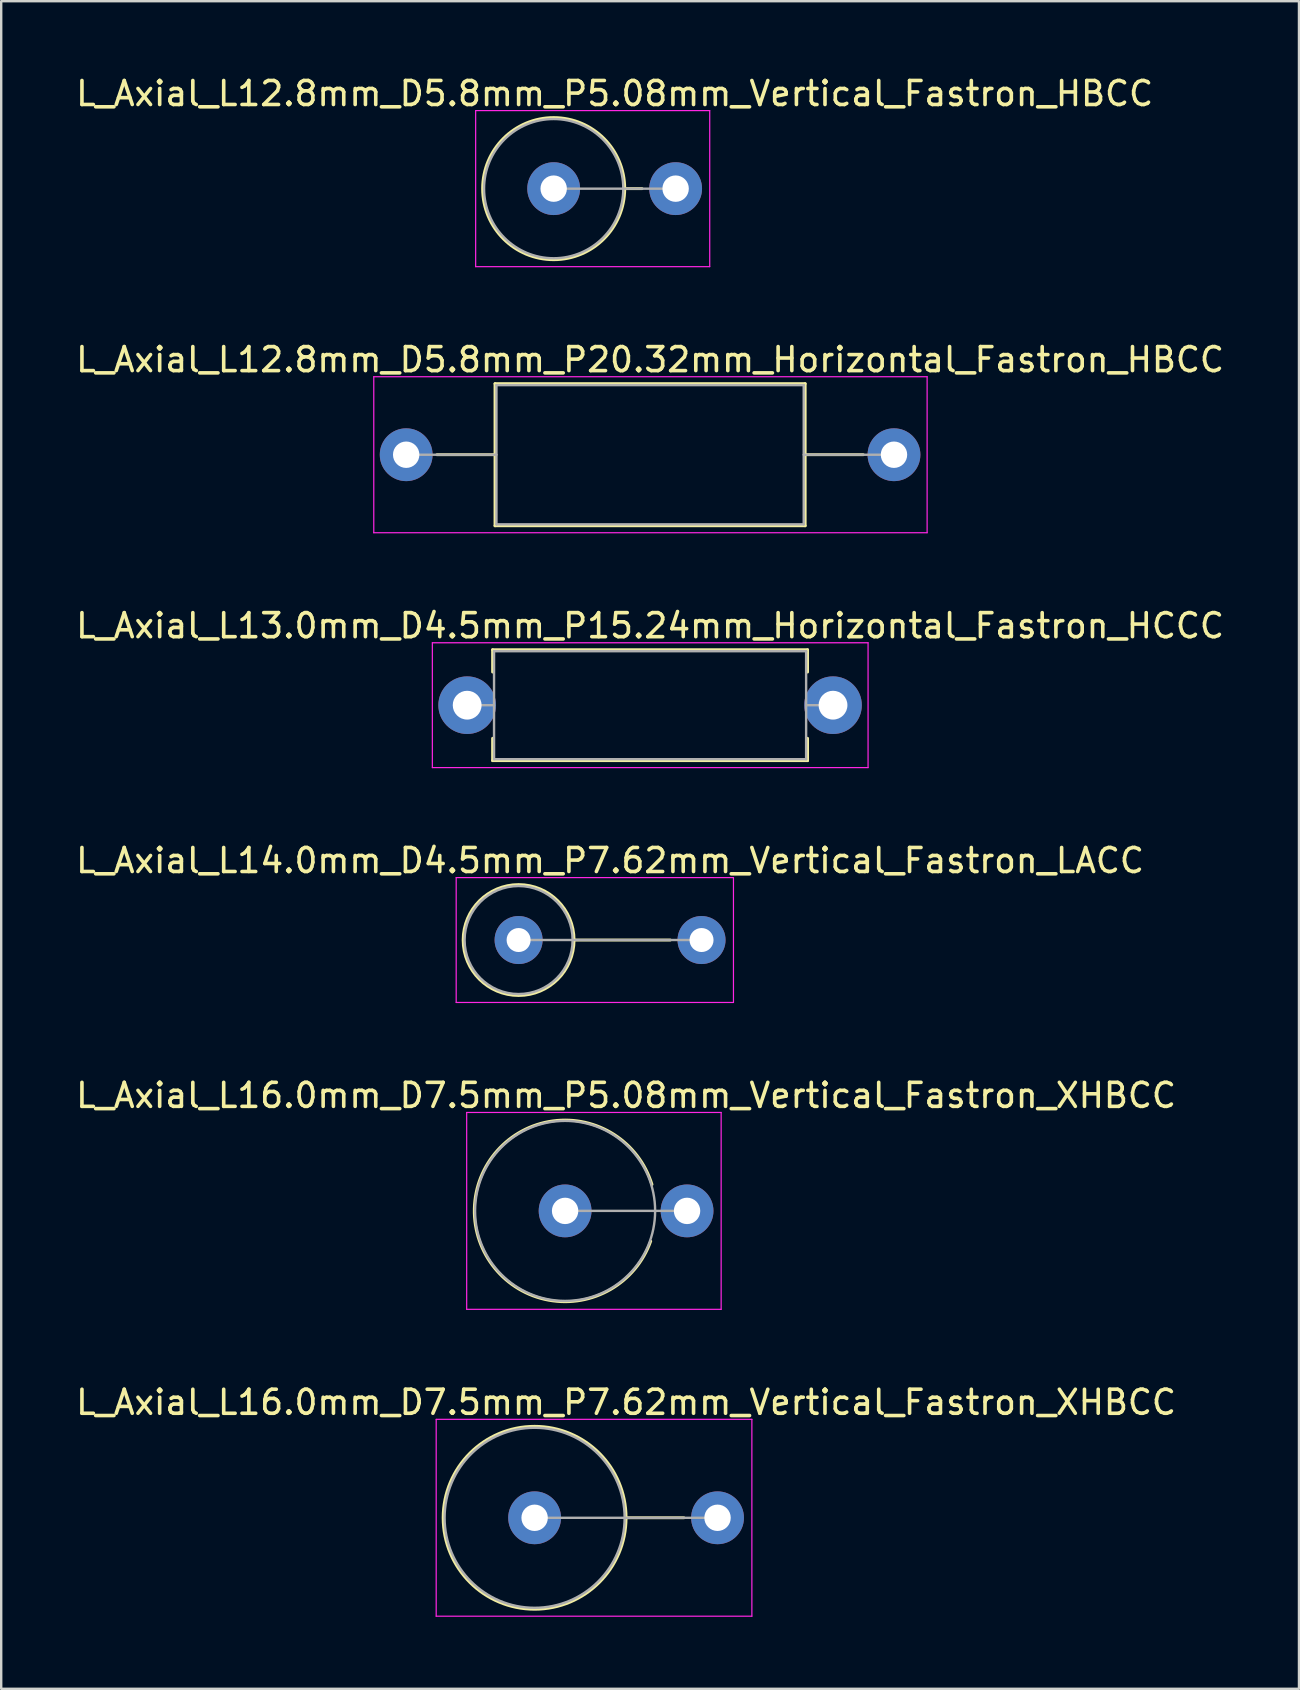
<source format=kicad_pcb>
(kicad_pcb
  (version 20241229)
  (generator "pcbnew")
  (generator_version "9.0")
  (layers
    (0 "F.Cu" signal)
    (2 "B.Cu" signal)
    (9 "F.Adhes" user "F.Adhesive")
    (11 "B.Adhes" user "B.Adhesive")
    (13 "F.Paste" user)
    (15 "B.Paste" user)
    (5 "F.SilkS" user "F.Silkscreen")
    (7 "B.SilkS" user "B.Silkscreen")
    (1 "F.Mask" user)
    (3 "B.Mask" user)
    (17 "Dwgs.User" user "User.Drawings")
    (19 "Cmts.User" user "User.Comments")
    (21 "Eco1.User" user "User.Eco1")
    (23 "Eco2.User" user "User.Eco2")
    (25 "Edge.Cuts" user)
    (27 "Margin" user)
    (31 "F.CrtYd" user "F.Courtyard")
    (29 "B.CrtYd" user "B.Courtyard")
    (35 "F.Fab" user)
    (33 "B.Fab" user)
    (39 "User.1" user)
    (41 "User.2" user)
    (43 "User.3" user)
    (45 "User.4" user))
  (footprint "L_Axial_L12.8mm_D5.8mm_P20.32mm_Horizontal_Fastron_HBCC"
    (layer "F.Cu")
    (at 13.87 15.892)
    (property "Reference" "L_Axial_L12.8mm_D5.8mm_P20.32mm_Horizontal_Fastron_HBCC" (at 10.16 -3.96 0) (layer "F.SilkS") (effects (font (size 1 1) (thickness 0.15))))
    (attr through_hole)
    (fp_line (start 1.28 0) (end 3.7 0) (stroke (width 0.12) (type solid)) (layer "F.SilkS"))
    (fp_line (start 3.7 -2.96) (end 3.7 2.96) (stroke (width 0.12) (type solid)) (layer "F.SilkS"))
    (fp_line (start 3.7 2.96) (end 16.62 2.96) (stroke (width 0.12) (type solid)) (layer "F.SilkS"))
    (fp_line (start 16.62 -2.96) (end 3.7 -2.96) (stroke (width 0.12) (type solid)) (layer "F.SilkS"))
    (fp_line (start 16.62 2.96) (end 16.62 -2.96) (stroke (width 0.12) (type solid)) (layer "F.SilkS"))
    (fp_line (start 19.04 0) (end 16.62 0) (stroke (width 0.12) (type solid)) (layer "F.SilkS"))
    (fp_line (start -1.35 -3.25) (end -1.35 3.25) (stroke (width 0.05) (type solid)) (layer "F.CrtYd"))
    (fp_line (start -1.35 3.25) (end 21.7 3.25) (stroke (width 0.05) (type solid)) (layer "F.CrtYd"))
    (fp_line (start 21.7 -3.25) (end -1.35 -3.25) (stroke (width 0.05) (type solid)) (layer "F.CrtYd"))
    (fp_line (start 21.7 3.25) (end 21.7 -3.25) (stroke (width 0.05) (type solid)) (layer "F.CrtYd"))
    (fp_line (start 0 0) (end 3.76 0) (stroke (width 0.1) (type solid)) (layer "F.Fab"))
    (fp_line (start 3.76 -2.9) (end 3.76 2.9) (stroke (width 0.1) (type solid)) (layer "F.Fab"))
    (fp_line (start 3.76 2.9) (end 16.56 2.9) (stroke (width 0.1) (type solid)) (layer "F.Fab"))
    (fp_line (start 16.56 -2.9) (end 3.76 -2.9) (stroke (width 0.1) (type solid)) (layer "F.Fab"))
    (fp_line (start 16.56 2.9) (end 16.56 -2.9) (stroke (width 0.1) (type solid)) (layer "F.Fab"))
    (fp_line (start 20.32 0) (end 16.56 0) (stroke (width 0.1) (type solid)) (layer "F.Fab"))
    (pad "1" thru_hole circle (at 0 0) (size 2.2 2.2) (drill 1.1) (layers "*.Cu" "*.Mask"))
    (pad "2" thru_hole oval (at 20.32 0) (size 2.2 2.2) (drill 1.1) (layers "*.Cu" "*.Mask")))
  (footprint "L_Axial_L13.0mm_D4.5mm_P15.24mm_Horizontal_Fastron_HCCC"
    (layer "F.Cu")
    (at 16.41 26.325)
    (property "Reference" "L_Axial_L13.0mm_D4.5mm_P15.24mm_Horizontal_Fastron_HCCC" (at 7.62 -3.31 0) (layer "F.SilkS") (effects (font (size 1 1) (thickness 0.15))))
    (attr through_hole)
    (fp_line (start 1.06 -2.31) (end 14.18 -2.31) (stroke (width 0.12) (type solid)) (layer "F.SilkS"))
    (fp_line (start 1.06 -1.38) (end 1.06 -2.31) (stroke (width 0.12) (type solid)) (layer "F.SilkS"))
    (fp_line (start 1.06 1.38) (end 1.06 2.31) (stroke (width 0.12) (type solid)) (layer "F.SilkS"))
    (fp_line (start 1.06 2.31) (end 14.18 2.31) (stroke (width 0.12) (type solid)) (layer "F.SilkS"))
    (fp_line (start 14.18 -2.31) (end 14.18 -1.38) (stroke (width 0.12) (type solid)) (layer "F.SilkS"))
    (fp_line (start 14.18 2.31) (end 14.18 1.38) (stroke (width 0.12) (type solid)) (layer "F.SilkS"))
    (fp_line (start -1.45 -2.6) (end -1.45 2.6) (stroke (width 0.05) (type solid)) (layer "F.CrtYd"))
    (fp_line (start -1.45 2.6) (end 16.7 2.6) (stroke (width 0.05) (type solid)) (layer "F.CrtYd"))
    (fp_line (start 16.7 -2.6) (end -1.45 -2.6) (stroke (width 0.05) (type solid)) (layer "F.CrtYd"))
    (fp_line (start 16.7 2.6) (end 16.7 -2.6) (stroke (width 0.05) (type solid)) (layer "F.CrtYd"))
    (fp_line (start 0 0) (end 1.12 0) (stroke (width 0.1) (type solid)) (layer "F.Fab"))
    (fp_line (start 1.12 -2.25) (end 1.12 2.25) (stroke (width 0.1) (type solid)) (layer "F.Fab"))
    (fp_line (start 1.12 2.25) (end 14.12 2.25) (stroke (width 0.1) (type solid)) (layer "F.Fab"))
    (fp_line (start 14.12 -2.25) (end 1.12 -2.25) (stroke (width 0.1) (type solid)) (layer "F.Fab"))
    (fp_line (start 14.12 2.25) (end 14.12 -2.25) (stroke (width 0.1) (type solid)) (layer "F.Fab"))
    (fp_line (start 15.24 0) (end 14.12 0) (stroke (width 0.1) (type solid)) (layer "F.Fab"))
    (pad "1" thru_hole circle (at 0 0) (size 2.4 2.4) (drill 1.2) (layers "*.Cu" "*.Mask"))
    (pad "2" thru_hole oval (at 15.24 0) (size 2.4 2.4) (drill 1.2) (layers "*.Cu" "*.Mask")))
  (footprint "L_Axial_L14.0mm_D4.5mm_P7.62mm_Vertical_Fastron_LACC"
    (layer "F.Cu")
    (at 18.553 36.108)
    (property "Reference" "L_Axial_L14.0mm_D4.5mm_P7.62mm_Vertical_Fastron_LACC" (at 3.81 -3.31 0) (layer "F.SilkS") (effects (font (size 1 1) (thickness 0.15))))
    (attr through_hole)
    (fp_line (start 2.31 0) (end 6.32 0) (stroke (width 0.12) (type solid)) (layer "F.SilkS"))
    (fp_circle (center 0 0) (end 2.31 0) (stroke (width 0.12) (type solid)) (fill no) (layer "F.SilkS"))
    (fp_line (start -2.6 -2.6) (end -2.6 2.6) (stroke (width 0.05) (type solid)) (layer "F.CrtYd"))
    (fp_line (start -2.6 2.6) (end 8.95 2.6) (stroke (width 0.05) (type solid)) (layer "F.CrtYd"))
    (fp_line (start 8.95 -2.6) (end -2.6 -2.6) (stroke (width 0.05) (type solid)) (layer "F.CrtYd"))
    (fp_line (start 8.95 2.6) (end 8.95 -2.6) (stroke (width 0.05) (type solid)) (layer "F.CrtYd"))
    (fp_line (start 0 0) (end 7.62 0) (stroke (width 0.1) (type solid)) (layer "F.Fab"))
    (fp_circle (center 0 0) (end 2.25 0) (stroke (width 0.1) (type solid)) (fill no) (layer "F.Fab"))
    (pad "1" thru_hole circle (at 0 0) (size 2 2) (drill 1) (layers "*.Cu" "*.Mask"))
    (pad "2" thru_hole oval (at 7.62 0) (size 2 2) (drill 1) (layers "*.Cu" "*.Mask")))
  (footprint "L_Axial_L16.0mm_D7.5mm_P7.62mm_Vertical_Fastron_XHBCC"
    (layer "F.Cu")
    (at 19.22 60.175)
    (property "Reference" "L_Axial_L16.0mm_D7.5mm_P7.62mm_Vertical_Fastron_XHBCC" (at 3.81 -4.81 0) (layer "F.SilkS") (effects (font (size 1 1) (thickness 0.15))))
    (attr through_hole)
    (fp_line (start 3.81 0) (end 6.22 0) (stroke (width 0.12) (type solid)) (layer "F.SilkS"))
    (fp_circle (center 0 0) (end 3.81 0) (stroke (width 0.12) (type solid)) (fill no) (layer "F.SilkS"))
    (fp_line (start -4.1 -4.1) (end -4.1 4.1) (stroke (width 0.05) (type solid)) (layer "F.CrtYd"))
    (fp_line (start -4.1 4.1) (end 9.05 4.1) (stroke (width 0.05) (type solid)) (layer "F.CrtYd"))
    (fp_line (start 9.05 -4.1) (end -4.1 -4.1) (stroke (width 0.05) (type solid)) (layer "F.CrtYd"))
    (fp_line (start 9.05 4.1) (end 9.05 -4.1) (stroke (width 0.05) (type solid)) (layer "F.CrtYd"))
    (fp_line (start 0 0) (end 7.62 0) (stroke (width 0.1) (type solid)) (layer "F.Fab"))
    (fp_circle (center 0 0) (end 3.75 0) (stroke (width 0.1) (type solid)) (fill no) (layer "F.Fab"))
    (pad "1" thru_hole circle (at 0 0) (size 2.2 2.2) (drill 1.1) (layers "*.Cu" "*.Mask"))
    (pad "2" thru_hole oval (at 7.62 0) (size 2.2 2.2) (drill 1.1) (layers "*.Cu" "*.Mask")))
  (footprint "L_Axial_L16.0mm_D7.5mm_P5.08mm_Vertical_Fastron_XHBCC"
    (layer "F.Cu")
    (at 20.49 47.391)
    (property "Reference" "L_Axial_L16.0mm_D7.5mm_P5.08mm_Vertical_Fastron_XHBCC" (at 2.54 -4.81 0) (layer "F.SilkS") (effects (font (size 1 1) (thickness 0.15))))
    (attr through_hole)
    (fp_arc (start 3.565987 1.262432) (mid -3.78189 -0.085493) (end 3.619392 -1.1) (stroke (width 0.12) (type solid)) (layer "F.SilkS"))
    (fp_line (start -4.1 -4.1) (end -4.1 4.1) (stroke (width 0.05) (type solid)) (layer "F.CrtYd"))
    (fp_line (start -4.1 4.1) (end 6.5 4.1) (stroke (width 0.05) (type solid)) (layer "F.CrtYd"))
    (fp_line (start 6.5 -4.1) (end -4.1 -4.1) (stroke (width 0.05) (type solid)) (layer "F.CrtYd"))
    (fp_line (start 6.5 4.1) (end 6.5 -4.1) (stroke (width 0.05) (type solid)) (layer "F.CrtYd"))
    (fp_line (start 0 0) (end 5.08 0) (stroke (width 0.1) (type solid)) (layer "F.Fab"))
    (fp_circle (center 0 0) (end 3.75 0) (stroke (width 0.1) (type solid)) (fill no) (layer "F.Fab"))
    (pad "1" thru_hole circle (at 0 0) (size 2.2 2.2) (drill 1.1) (layers "*.Cu" "*.Mask"))
    (pad "2" thru_hole oval (at 5.08 0) (size 2.2 2.2) (drill 1.1) (layers "*.Cu" "*.Mask")))
  (footprint "L_Axial_L12.8mm_D5.8mm_P5.08mm_Vertical_Fastron_HBCC"
    (layer "F.Cu")
    (at 20.014 4.808)
    (property "Reference" "L_Axial_L12.8mm_D5.8mm_P5.08mm_Vertical_Fastron_HBCC" (at 2.54 -3.96 0) (layer "F.SilkS") (effects (font (size 1 1) (thickness 0.15))))
    (attr through_hole)
    (fp_line (start 2.96 0) (end 3.68 0) (stroke (width 0.12) (type solid)) (layer "F.SilkS"))
    (fp_circle (center 0 0) (end 2.96 0) (stroke (width 0.12) (type solid)) (fill no) (layer "F.SilkS"))
    (fp_line (start -3.25 -3.25) (end -3.25 3.25) (stroke (width 0.05) (type solid)) (layer "F.CrtYd"))
    (fp_line (start -3.25 3.25) (end 6.5 3.25) (stroke (width 0.05) (type solid)) (layer "F.CrtYd"))
    (fp_line (start 6.5 -3.25) (end -3.25 -3.25) (stroke (width 0.05) (type solid)) (layer "F.CrtYd"))
    (fp_line (start 6.5 3.25) (end 6.5 -3.25) (stroke (width 0.05) (type solid)) (layer "F.CrtYd"))
    (fp_line (start 0 0) (end 5.08 0) (stroke (width 0.1) (type solid)) (layer "F.Fab"))
    (fp_circle (center 0 0) (end 2.9 0) (stroke (width 0.1) (type solid)) (fill no) (layer "F.Fab"))
    (pad "1" thru_hole circle (at 0 0) (size 2.2 2.2) (drill 1.1) (layers "*.Cu" "*.Mask"))
    (pad "2" thru_hole oval (at 5.08 0) (size 2.2 2.2) (drill 1.1) (layers "*.Cu" "*.Mask")))
  (gr_rect
    (start -3 -3)
    (end 51.06 67.299)
    (stroke (width 0.1) (type default))
    (fill no)
    (layer "Edge.Cuts")))
</source>
